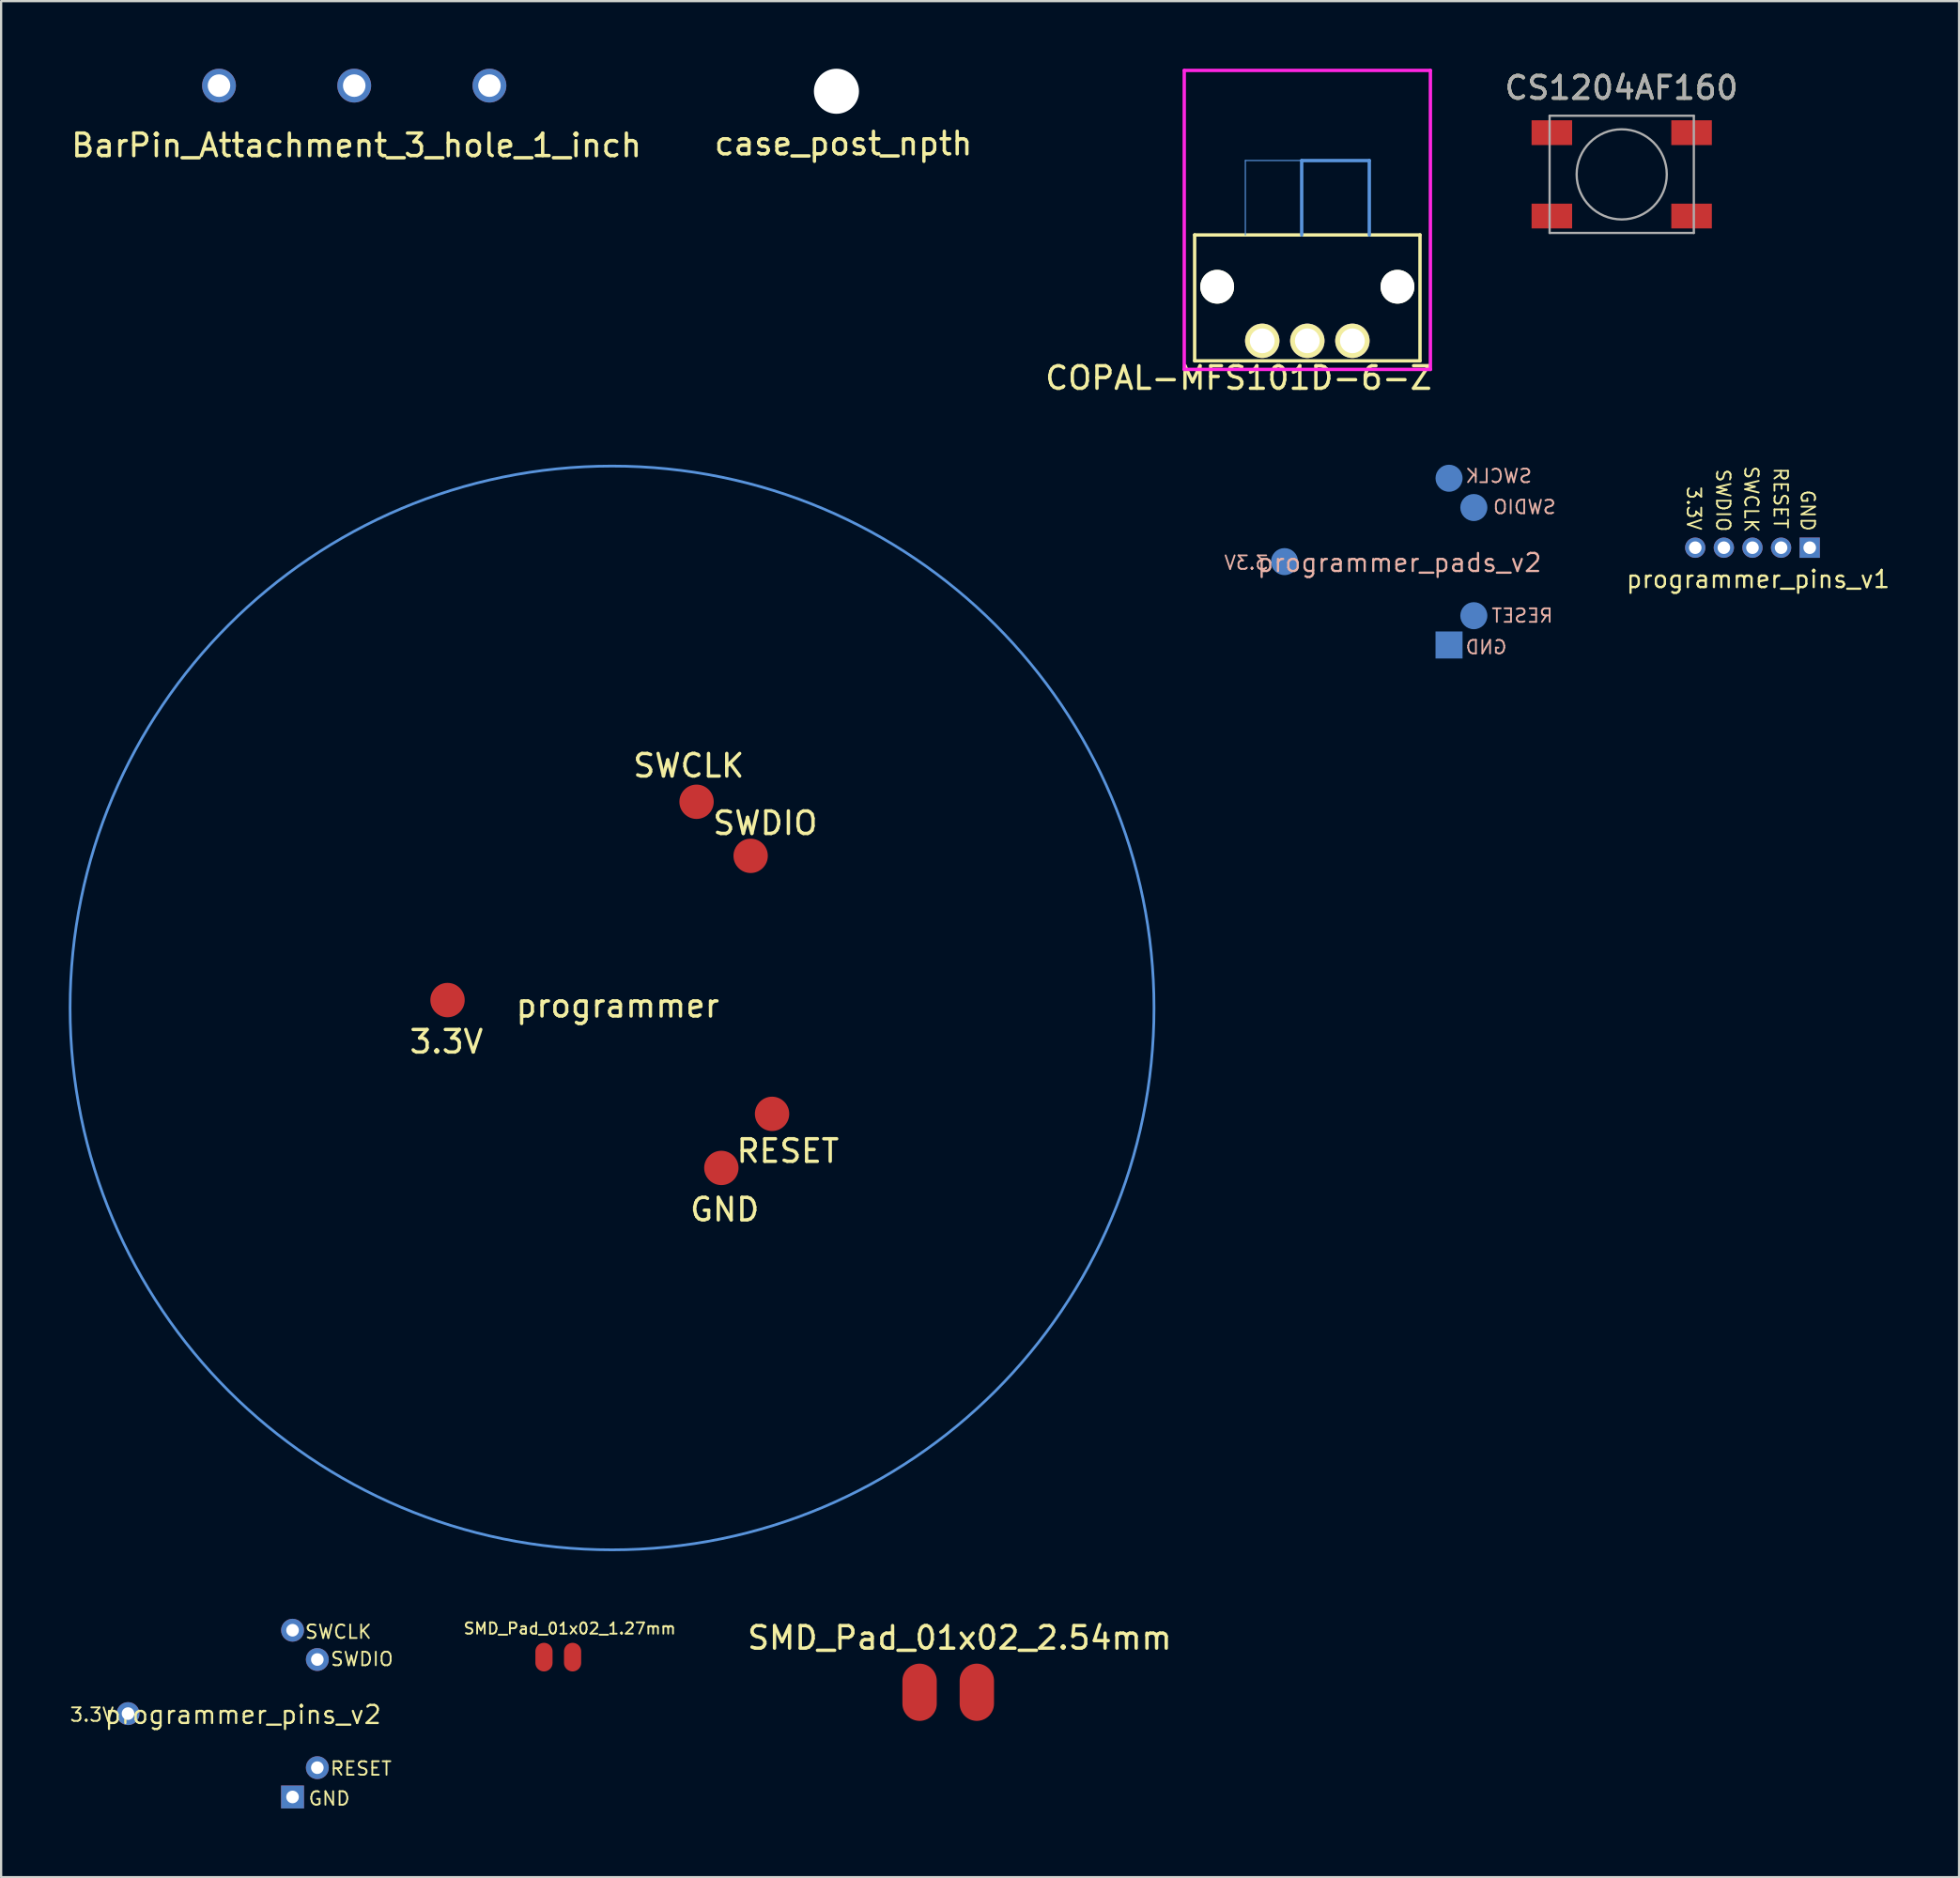
<source format=kicad_pcb>
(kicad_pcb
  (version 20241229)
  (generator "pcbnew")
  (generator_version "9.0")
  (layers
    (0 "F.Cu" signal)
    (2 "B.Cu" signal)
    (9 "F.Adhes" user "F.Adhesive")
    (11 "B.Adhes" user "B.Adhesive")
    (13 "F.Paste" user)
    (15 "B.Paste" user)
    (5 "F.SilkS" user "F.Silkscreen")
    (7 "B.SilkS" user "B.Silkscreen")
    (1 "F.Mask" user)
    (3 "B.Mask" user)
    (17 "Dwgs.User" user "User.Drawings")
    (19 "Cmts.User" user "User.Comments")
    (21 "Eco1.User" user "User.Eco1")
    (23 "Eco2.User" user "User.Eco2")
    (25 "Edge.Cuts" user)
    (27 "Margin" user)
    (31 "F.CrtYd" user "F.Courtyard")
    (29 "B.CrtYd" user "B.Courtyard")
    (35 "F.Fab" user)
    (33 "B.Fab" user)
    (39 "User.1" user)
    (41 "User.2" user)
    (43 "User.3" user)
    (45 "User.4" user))
  (footprint "programmer_pins_v2"
    (layer "F.Cu")
    (at 7.031 72.998)
    (property "Reference" "programmer_pins_v2" (at 0.7 0.05 0) (layer "F.SilkS") (effects (font (size 0.8 0.8) (thickness 0.1))))
    (attr through_hole)
    (fp_text user "RESET" (at 5.94 2.44 0) (layer "F.SilkS") (effects (font (size 0.6 0.6) (thickness 0.08))))
    (fp_text user "SWCLK" (at 4.93 -3.63 0) (layer "F.SilkS") (effects (font (size 0.6 0.6) (thickness 0.08))))
    (fp_text user "3.3V" (at -6 0.05 0) (layer "F.SilkS") (effects (font (size 0.6 0.6) (thickness 0.08))))
    (fp_text user "SWDIO" (at 5.98 -2.42 0) (layer "F.SilkS") (effects (font (size 0.6 0.6) (thickness 0.08))))
    (fp_text user "GND" (at 4.53 3.77 0) (layer "F.SilkS") (effects (font (size 0.6 0.6) (thickness 0.08))))
    (pad "1" thru_hole circle (at -4.4 0) (size 1.016 1.016) (drill 0.559) (layers "*.Cu" "*.Mask"))
    (pad "2" thru_hole circle (at 4 -2.4) (size 1.016 1.016) (drill 0.559) (layers "*.Cu" "*.Mask"))
    (pad "3" thru_hole circle (at 2.9 -3.7) (size 1.016 1.016) (drill 0.559) (layers "*.Cu" "*.Mask"))
    (pad "4" thru_hole circle (at 4 2.4) (size 1.016 1.016) (drill 0.559) (layers "*.Cu" "*.Mask"))
    (pad "5" thru_hole rect (at 2.9 3.7) (size 1.016 1.016) (drill 0.559) (layers "*.Cu" "*.Mask")))
  (footprint "programmer"
    (layer "F.Cu")
    (at 24.058 39.032)
    (property "Reference" "programmer" (at 0.3 2.55 0) (layer "F.SilkS") (effects (font (size 1 1) (thickness 0.15))))
    (attr through_hole)
    (fp_circle (center 0.05 2.65) (end 24.098 2.65) (stroke (width 0.12) (type solid)) (fill no) (layer "Cmts.User"))
    (fp_text user "GND" (at 5.05 11.6 0) (layer "F.SilkS") (effects (font (size 1 1) (thickness 0.15))))
    (fp_text user "SWCLK" (at 3.45 -8.1 0) (layer "F.SilkS") (effects (font (size 1 1) (thickness 0.15))))
    (fp_text user "RESET" (at 7.85 9 0) (layer "F.SilkS") (effects (font (size 1 1) (thickness 0.15))))
    (fp_text user "3.3V" (at -7.3 4.15 0) (layer "F.SilkS") (effects (font (size 1 1) (thickness 0.15))))
    (fp_text user "SWDIO" (at 6.85 -5.55 0) (layer "F.SilkS") (effects (font (size 1 1) (thickness 0.15))))
    (pad "1" smd circle (at -7.25 2.3) (size 1.524 1.524) (layers "F.Cu" "F.Mask" "F.Paste"))
    (pad "1" smd circle (at 3.8 -6.5) (size 1.524 1.524) (layers "F.Cu" "F.Mask" "F.Paste"))
    (pad "1" smd circle (at 4.9 9.75) (size 1.524 1.524) (layers "F.Cu" "F.Mask" "F.Paste"))
    (pad "1" smd circle (at 6.2 -4.1) (size 1.524 1.524) (layers "F.Cu" "F.Mask" "F.Paste"))
    (pad "1" smd circle (at 7.15 7.35) (size 1.524 1.524) (layers "F.Cu" "F.Mask" "F.Paste")))
  (footprint "COPAL-MFS101D-6-Z"
    (layer "F.Cu")
    (at 54.959 12.075)
    (property "Reference" "COPAL-MFS101D-6-Z" (at -3.048 1.651 0) (layer "F.SilkS") (effects (font (size 1 1) (thickness 0.15))))
    (attr through_hole)
    (fp_line (start -5 -4.7) (end -5 0.889) (stroke (width 0.15) (type solid)) (layer "F.SilkS"))
    (fp_line (start -5 0.889) (end 5 0.889) (stroke (width 0.15) (type solid)) (layer "F.SilkS"))
    (fp_line (start 5 -4.7) (end -5 -4.7) (stroke (width 0.15) (type solid)) (layer "F.SilkS"))
    (fp_line (start 5 0.889) (end 5 -4.7) (stroke (width 0.15) (type solid)) (layer "F.SilkS"))
    (fp_line (start -2.75 -8.001) (end -2.75 -4.699) (stroke (width 0.05) (type solid)) (layer "Cmts.User"))
    (fp_line (start -0.254 -8.001) (end -2.75 -8.001) (stroke (width 0.05) (type solid)) (layer "Cmts.User"))
    (fp_line (start -0.25 -8) (end 2.75 -8) (stroke (width 0.15) (type solid)) (layer "Cmts.User"))
    (fp_line (start -0.25 -4.699) (end -0.25 -8) (stroke (width 0.15) (type solid)) (layer "Cmts.User"))
    (fp_line (start 2.75 -8) (end 2.75 -4.699) (stroke (width 0.15) (type solid)) (layer "Cmts.User"))
    (fp_line (start -5.461 -12) (end -5.461 1.27) (stroke (width 0.15) (type solid)) (layer "F.CrtYd"))
    (fp_line (start -5.461 1.27) (end 5.461 1.27) (stroke (width 0.15) (type solid)) (layer "F.CrtYd"))
    (fp_line (start 5.461 -12) (end -5.461 -12) (stroke (width 0.15) (type solid)) (layer "F.CrtYd"))
    (fp_line (start 5.461 1.27) (end 5.461 -12) (stroke (width 0.15) (type solid)) (layer "F.CrtYd"))
    (pad "" np_thru_hole circle (at -4 -2.4) (size 1.5 1.5) (drill 1.5) (layers "*.Cu" "*.Mask" "F.SilkS"))
    (pad "" np_thru_hole circle (at 4 -2.4) (size 1.5 1.5) (drill 1.5) (layers "*.Cu" "*.Mask" "F.SilkS"))
    (pad "1" thru_hole circle (at 2 0) (size 1.524 1.524) (drill 1.1) (layers "*.Cu" "*.Mask" "F.SilkS"))
    (pad "2" thru_hole circle (at 0 0) (size 1.524 1.524) (drill 1.1) (layers "*.Cu" "*.Mask" "F.SilkS"))
    (pad "3" thru_hole circle (at -2 0) (size 1.524 1.524) (drill 1.1) (layers "*.Cu" "*.Mask" "F.SilkS")))
  (footprint "SMD_Pad_01x02_1.27mm"
    (layer "F.Cu")
    (at 21.722 70.492)
    (property "Reference" "SMD_Pad_01x02_1.27mm" (at 0.508 -1.27 0) (layer "F.SilkS") (effects (font (size 0.5 0.5) (thickness 0.08))))
    (attr through_hole)
    (pad "1" connect oval (at -0.635 0) (size 0.762 1.27) (layers "F.Cu" "F.Mask"))
    (pad "2" connect oval (at 0.635 0) (size 0.762 1.27) (layers "F.Cu" "F.Mask")))
  (footprint "programmer_pads_v2"
    (layer "F.Cu")
    (at 58.347 21.874)
    (property "Reference" "programmer_pads_v2" (at 0.7 0.05 0) (layer "B.SilkS") (effects (font (size 0.8 0.8) (thickness 0.1))))
    (attr through_hole)
    (fp_text user "RESET" (at 6.15 2.4 0) (layer "B.SilkS") (effects (font (size 0.6 0.6) (thickness 0.08)) (justify mirror)))
    (fp_text user "SWDIO" (at 6.25 -2.42 0) (layer "B.SilkS") (effects (font (size 0.6 0.6) (thickness 0.08)) (justify mirror)))
    (fp_text user "GND" (at 4.55 3.8 0) (layer "B.SilkS") (effects (font (size 0.6 0.6) (thickness 0.08)) (justify mirror)))
    (fp_text user "3.3V" (at -6.1 0.05 0) (layer "B.SilkS") (effects (font (size 0.6 0.6) (thickness 0.08)) (justify mirror)))
    (fp_text user "SWCLK" (at 5.1 -3.8 0) (layer "B.SilkS") (effects (font (size 0.6 0.6) (thickness 0.08)) (justify mirror)))
    (pad "1" smd circle (at -4.4 0) (size 1.2 1.2) (layers "B.Cu" "B.Mask"))
    (pad "2" smd circle (at 4 -2.4) (size 1.2 1.2) (layers "B.Cu" "B.Mask"))
    (pad "3" smd circle (at 2.9 -3.7) (size 1.2 1.2) (layers "B.Cu" "B.Mask"))
    (pad "4" smd circle (at 4 2.4) (size 1.2 1.2) (layers "B.Cu" "B.Mask"))
    (pad "5" smd rect (at 2.9 3.7) (size 1.2 1.2) (layers "B.Cu" "B.Mask")))
  (footprint "programmer_pins_v1"
    (layer "F.Cu")
    (at 74.711 21.256)
    (property "Reference" "programmer_pins_v1" (at 0.25 1.4 0) (layer "F.SilkS") (effects (font (size 0.762 0.762) (thickness 0.102))))
    (attr through_hole)
    (fp_text user "SWDIO" (at -1.3 -2.1 270) (unlocked yes) (layer "F.SilkS") (effects (font (size 0.6 0.6) (thickness 0.08))))
    (fp_text user "3.3V" (at -2.6 -1.75 270) (unlocked yes) (layer "F.SilkS") (effects (font (size 0.6 0.6) (thickness 0.08))))
    (fp_text user "GND" (at 2.45 -1.65 270) (unlocked yes) (layer "F.SilkS") (effects (font (size 0.6 0.6) (thickness 0.08))))
    (fp_text user "SWCLK" (at -0.05 -2.15 270) (unlocked yes) (layer "F.SilkS") (effects (font (size 0.6 0.6) (thickness 0.08))))
    (fp_text user "RESET" (at 1.25 -2.2 270) (unlocked yes) (layer "F.SilkS") (effects (font (size 0.6 0.6) (thickness 0.08))))
    (pad "1" thru_hole circle (at -2.54 0) (size 0.9 0.9) (drill 0.559) (layers "*.Cu" "*.Mask"))
    (pad "2" thru_hole circle (at -1.27 0) (size 0.9 0.9) (drill 0.559) (layers "*.Cu" "*.Mask"))
    (pad "3" thru_hole circle (at 0 0) (size 0.9 0.9) (drill 0.559) (layers "*.Cu" "*.Mask"))
    (pad "4" thru_hole circle (at 1.27 0) (size 0.9 0.9) (drill 0.559) (layers "*.Cu" "*.Mask"))
    (pad "5" thru_hole rect (at 2.54 0) (size 0.9 0.9) (drill 0.559) (layers "*.Cu" "*.Mask")))
  (footprint "CS1204AF160"
    (layer "F.Cu")
    (at 68.909 4.688)
    (property "Reference" "CS1204AF160" (at -0.01 -3.84 0) (layer "F.SilkS") (effects (font (size 1 1) (thickness 0.15))))
    (attr smd)
    (fp_line (start -3.2 -2.6) (end 3.2 -2.6) (stroke (width 0.1) (type solid)) (layer "F.Fab"))
    (fp_line (start -3.2 2.6) (end -3.2 -2.6) (stroke (width 0.1) (type solid)) (layer "F.Fab"))
    (fp_line (start 3.2 -2.6) (end 3.2 2.6) (stroke (width 0.1) (type solid)) (layer "F.Fab"))
    (fp_line (start 3.2 2.6) (end -3.2 2.6) (stroke (width 0.1) (type solid)) (layer "F.Fab"))
    (fp_circle (center 0 0) (end 2 0) (stroke (width 0.1) (type solid)) (fill no) (layer "F.Fab"))
    (fp_text user "${REFERENCE}" (at -0.01 -3.84 0) (layer "F.Fab") (effects (font (size 1 1) (thickness 0.15))))
    (pad "1" smd rect (at -3.1 -1.85) (size 1.8 1.1) (layers "F.Cu" "F.Mask" "F.Paste"))
    (pad "1" smd rect (at 3.1 -1.85) (size 1.8 1.1) (layers "F.Cu" "F.Mask" "F.Paste"))
    (pad "2" smd rect (at -3.1 1.85) (size 1.8 1.1) (layers "F.Cu" "F.Mask" "F.Paste"))
    (pad "2" smd rect (at 3.1 1.85) (size 1.8 1.1) (layers "F.Cu" "F.Mask" "F.Paste")))
  (footprint "SMD_Pad_01x02_2.54mm"
    (layer "F.Cu")
    (at 39.024 72.178)
    (property "Reference" "SMD_Pad_01x02_2.54mm" (at 0.508 -2.54 0) (layer "F.SilkS") (effects (font (size 1 1) (thickness 0.15))))
    (attr through_hole)
    (pad "1" smd oval (at -1.27 -0.127) (size 1.524 2.54) (layers "F.Cu" "F.Mask" "F.Paste"))
    (pad "2" smd oval (at 1.27 -0.127) (size 1.524 2.54) (layers "F.Cu" "F.Mask" "F.Paste")))
  (footprint "case_post_npth"
    (layer "F.Cu")
    (at 34.065 1)
    (property "Reference" "case_post_npth" (at 0.31 2.32 0) (layer "F.SilkS") (effects (font (size 1 1) (thickness 0.15))))
    (attr through_hole)
    (pad "" np_thru_hole circle (at 0 0) (size 2 2) (drill 2) (layers "*.Cu" "*.Mask")))
  (footprint "BarPin_Attachment_3_hole_1_inch"
    (layer "F.Cu")
    (at 12.668 0.75)
    (property "Reference" "BarPin_Attachment_3_hole_1_inch" (at 0.1 2.65 0) (layer "F.SilkS") (effects (font (size 1 1) (thickness 0.15))))
    (attr through_hole)
    (pad "1" thru_hole circle (at 0 0 90) (size 1.5 1.5) (drill 1) (layers "*.Cu" "*.Mask"))
    (pad "2" thru_hole circle (at 6 0 90) (size 1.5 1.5) (drill 1) (layers "*.Cu" "*.Mask"))
    (pad "3" thru_hole circle (at -6 0 90) (size 1.5 1.5) (drill 1) (layers "*.Cu" "*.Mask")))
  (gr_rect
    (start -3 -3)
    (end 83.879 80.259)
    (stroke (width 0.1) (type default))
    (fill no)
    (layer "Edge.Cuts")))
</source>
